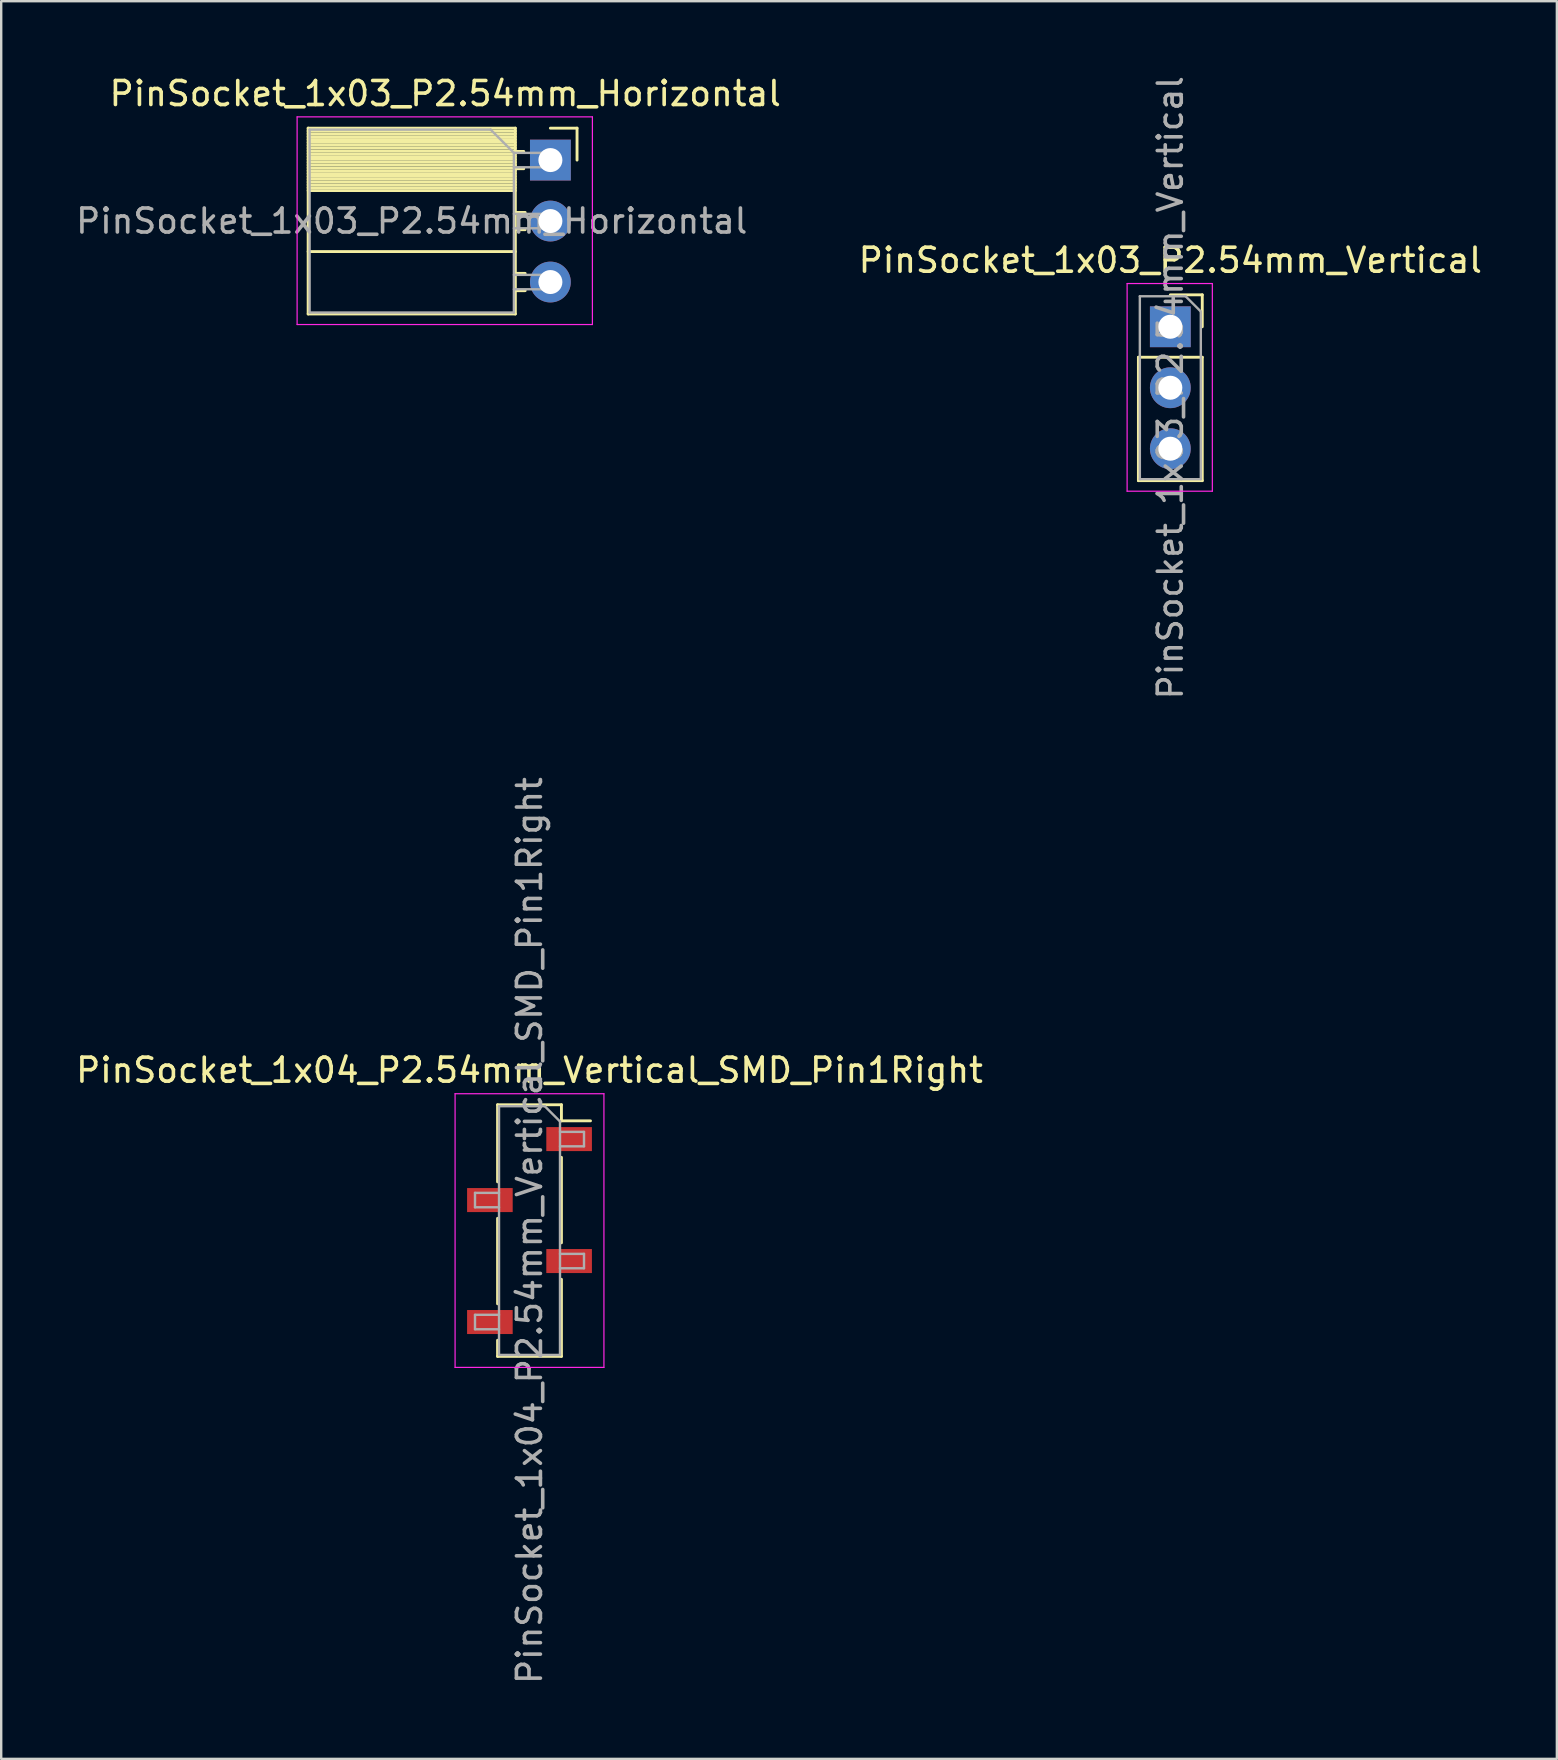
<source format=kicad_pcb>
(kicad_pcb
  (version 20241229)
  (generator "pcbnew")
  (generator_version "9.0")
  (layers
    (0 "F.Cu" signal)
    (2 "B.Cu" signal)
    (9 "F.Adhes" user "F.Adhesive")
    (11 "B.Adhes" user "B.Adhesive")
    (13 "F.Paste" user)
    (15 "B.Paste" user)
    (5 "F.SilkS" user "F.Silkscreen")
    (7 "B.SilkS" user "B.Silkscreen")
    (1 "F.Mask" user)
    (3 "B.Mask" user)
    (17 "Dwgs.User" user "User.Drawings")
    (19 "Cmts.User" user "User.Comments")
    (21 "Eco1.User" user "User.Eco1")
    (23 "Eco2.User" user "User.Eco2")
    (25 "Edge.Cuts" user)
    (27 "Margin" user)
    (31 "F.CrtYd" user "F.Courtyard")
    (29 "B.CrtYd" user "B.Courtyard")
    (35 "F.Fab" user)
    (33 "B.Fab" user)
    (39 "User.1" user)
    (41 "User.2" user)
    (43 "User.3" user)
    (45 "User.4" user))
  (footprint "PinSocket_1x04_P2.54mm_Vertical_SMD_Pin1Right"
    (layer "F.Cu")
    (at 19.006 48.208)
    (property "Reference" "PinSocket_1x04_P2.54mm_Vertical_SMD_Pin1Right" (at 0 -6.68 0) (layer "F.SilkS") (effects (font (size 1 1) (thickness 0.15))))
    (attr smd)
    (fp_line (start -1.33 -5.24) (end -1.33 -2.03) (stroke (width 0.12) (type solid)) (layer "F.SilkS"))
    (fp_line (start -1.33 -5.24) (end 1.33 -5.24) (stroke (width 0.12) (type solid)) (layer "F.SilkS"))
    (fp_line (start -1.33 -0.51) (end -1.33 3.05) (stroke (width 0.12) (type solid)) (layer "F.SilkS"))
    (fp_line (start -1.33 4.57) (end -1.33 5.24) (stroke (width 0.12) (type solid)) (layer "F.SilkS"))
    (fp_line (start -1.33 5.24) (end 1.33 5.24) (stroke (width 0.12) (type solid)) (layer "F.SilkS"))
    (fp_line (start 1.33 -5.24) (end 1.33 -4.57) (stroke (width 0.12) (type solid)) (layer "F.SilkS"))
    (fp_line (start 1.33 -4.57) (end 2.54 -4.57) (stroke (width 0.12) (type solid)) (layer "F.SilkS"))
    (fp_line (start 1.33 -3.05) (end 1.33 0.51) (stroke (width 0.12) (type solid)) (layer "F.SilkS"))
    (fp_line (start 1.33 2.03) (end 1.33 5.24) (stroke (width 0.12) (type solid)) (layer "F.SilkS"))
    (fp_line (start -3.1 -5.7) (end 3.1 -5.7) (stroke (width 0.05) (type solid)) (layer "F.CrtYd"))
    (fp_line (start -3.1 5.7) (end -3.1 -5.7) (stroke (width 0.05) (type solid)) (layer "F.CrtYd"))
    (fp_line (start 3.1 -5.7) (end 3.1 5.7) (stroke (width 0.05) (type solid)) (layer "F.CrtYd"))
    (fp_line (start 3.1 5.7) (end -3.1 5.7) (stroke (width 0.05) (type solid)) (layer "F.CrtYd"))
    (fp_line (start -2.27 -1.57) (end -1.27 -1.57) (stroke (width 0.1) (type solid)) (layer "F.Fab"))
    (fp_line (start -2.27 -0.97) (end -2.27 -1.57) (stroke (width 0.1) (type solid)) (layer "F.Fab"))
    (fp_line (start -2.27 3.51) (end -1.27 3.51) (stroke (width 0.1) (type solid)) (layer "F.Fab"))
    (fp_line (start -2.27 4.11) (end -2.27 3.51) (stroke (width 0.1) (type solid)) (layer "F.Fab"))
    (fp_line (start -1.27 -5.18) (end 0.635 -5.18) (stroke (width 0.1) (type solid)) (layer "F.Fab"))
    (fp_line (start -1.27 -0.97) (end -2.27 -0.97) (stroke (width 0.1) (type solid)) (layer "F.Fab"))
    (fp_line (start -1.27 4.11) (end -2.27 4.11) (stroke (width 0.1) (type solid)) (layer "F.Fab"))
    (fp_line (start -1.27 5.18) (end -1.27 -5.18) (stroke (width 0.1) (type solid)) (layer "F.Fab"))
    (fp_line (start 0.635 -5.18) (end 1.27 -4.545) (stroke (width 0.1) (type solid)) (layer "F.Fab"))
    (fp_line (start 1.27 -4.545) (end 1.27 5.18) (stroke (width 0.1) (type solid)) (layer "F.Fab"))
    (fp_line (start 1.27 -4.11) (end 2.27 -4.11) (stroke (width 0.1) (type solid)) (layer "F.Fab"))
    (fp_line (start 1.27 0.97) (end 2.27 0.97) (stroke (width 0.1) (type solid)) (layer "F.Fab"))
    (fp_line (start 1.27 5.18) (end -1.27 5.18) (stroke (width 0.1) (type solid)) (layer "F.Fab"))
    (fp_line (start 2.27 -4.11) (end 2.27 -3.51) (stroke (width 0.1) (type solid)) (layer "F.Fab"))
    (fp_line (start 2.27 -3.51) (end 1.27 -3.51) (stroke (width 0.1) (type solid)) (layer "F.Fab"))
    (fp_line (start 2.27 0.97) (end 2.27 1.57) (stroke (width 0.1) (type solid)) (layer "F.Fab"))
    (fp_line (start 2.27 1.57) (end 1.27 1.57) (stroke (width 0.1) (type solid)) (layer "F.Fab"))
    (fp_text user "${REFERENCE}" (at 0 0 90) (layer "F.Fab") (effects (font (size 1 1) (thickness 0.15))))
    (pad "1" smd rect (at 1.65 -3.81) (size 1.9 1) (layers "F.Cu" "F.Mask" "F.Paste"))
    (pad "2" smd rect (at -1.65 -1.27) (size 1.9 1) (layers "F.Cu" "F.Mask" "F.Paste"))
    (pad "3" smd rect (at 1.65 1.27) (size 1.9 1) (layers "F.Cu" "F.Mask" "F.Paste"))
    (pad "4" smd rect (at -1.65 3.81) (size 1.9 1) (layers "F.Cu" "F.Mask" "F.Paste")))
  (footprint "PinSocket_1x03_P2.54mm_Horizontal"
    (layer "F.Cu")
    (at 19.876 3.618)
    (property "Reference" "PinSocket_1x03_P2.54mm_Horizontal" (at -4.38 -2.77 0) (layer "F.SilkS") (effects (font (size 1 1) (thickness 0.15))))
    (attr through_hole)
    (fp_line (start -10.09 -1.33) (end -10.09 6.41) (stroke (width 0.12) (type solid)) (layer "F.SilkS"))
    (fp_line (start -10.09 -1.33) (end -1.46 -1.33) (stroke (width 0.12) (type solid)) (layer "F.SilkS"))
    (fp_line (start -10.09 -1.21) (end -1.46 -1.21) (stroke (width 0.12) (type solid)) (layer "F.SilkS"))
    (fp_line (start -10.09 -1.092) (end -1.46 -1.092) (stroke (width 0.12) (type solid)) (layer "F.SilkS"))
    (fp_line (start -10.09 -0.974) (end -1.46 -0.974) (stroke (width 0.12) (type solid)) (layer "F.SilkS"))
    (fp_line (start -10.09 -0.856) (end -1.46 -0.856) (stroke (width 0.12) (type solid)) (layer "F.SilkS"))
    (fp_line (start -10.09 -0.738) (end -1.46 -0.738) (stroke (width 0.12) (type solid)) (layer "F.SilkS"))
    (fp_line (start -10.09 -0.62) (end -1.46 -0.62) (stroke (width 0.12) (type solid)) (layer "F.SilkS"))
    (fp_line (start -10.09 -0.501) (end -1.46 -0.501) (stroke (width 0.12) (type solid)) (layer "F.SilkS"))
    (fp_line (start -10.09 -0.383) (end -1.46 -0.383) (stroke (width 0.12) (type solid)) (layer "F.SilkS"))
    (fp_line (start -10.09 -0.265) (end -1.46 -0.265) (stroke (width 0.12) (type solid)) (layer "F.SilkS"))
    (fp_line (start -10.09 -0.147) (end -1.46 -0.147) (stroke (width 0.12) (type solid)) (layer "F.SilkS"))
    (fp_line (start -10.09 -0.029) (end -1.46 -0.029) (stroke (width 0.12) (type solid)) (layer "F.SilkS"))
    (fp_line (start -10.09 0.089) (end -1.46 0.089) (stroke (width 0.12) (type solid)) (layer "F.SilkS"))
    (fp_line (start -10.09 0.207) (end -1.46 0.207) (stroke (width 0.12) (type solid)) (layer "F.SilkS"))
    (fp_line (start -10.09 0.325) (end -1.46 0.325) (stroke (width 0.12) (type solid)) (layer "F.SilkS"))
    (fp_line (start -10.09 0.443) (end -1.46 0.443) (stroke (width 0.12) (type solid)) (layer "F.SilkS"))
    (fp_line (start -10.09 0.561) (end -1.46 0.561) (stroke (width 0.12) (type solid)) (layer "F.SilkS"))
    (fp_line (start -10.09 0.68) (end -1.46 0.68) (stroke (width 0.12) (type solid)) (layer "F.SilkS"))
    (fp_line (start -10.09 0.798) (end -1.46 0.798) (stroke (width 0.12) (type solid)) (layer "F.SilkS"))
    (fp_line (start -10.09 0.916) (end -1.46 0.916) (stroke (width 0.12) (type solid)) (layer "F.SilkS"))
    (fp_line (start -10.09 1.034) (end -1.46 1.034) (stroke (width 0.12) (type solid)) (layer "F.SilkS"))
    (fp_line (start -10.09 1.152) (end -1.46 1.152) (stroke (width 0.12) (type solid)) (layer "F.SilkS"))
    (fp_line (start -10.09 1.27) (end -1.46 1.27) (stroke (width 0.12) (type solid)) (layer "F.SilkS"))
    (fp_line (start -10.09 3.81) (end -1.46 3.81) (stroke (width 0.12) (type solid)) (layer "F.SilkS"))
    (fp_line (start -10.09 6.41) (end -1.46 6.41) (stroke (width 0.12) (type solid)) (layer "F.SilkS"))
    (fp_line (start -1.46 -1.33) (end -1.46 6.41) (stroke (width 0.12) (type solid)) (layer "F.SilkS"))
    (fp_line (start -1.46 -0.36) (end -1.11 -0.36) (stroke (width 0.12) (type solid)) (layer "F.SilkS"))
    (fp_line (start -1.46 0.36) (end -1.11 0.36) (stroke (width 0.12) (type solid)) (layer "F.SilkS"))
    (fp_line (start -1.46 2.18) (end -1.05 2.18) (stroke (width 0.12) (type solid)) (layer "F.SilkS"))
    (fp_line (start -1.46 2.9) (end -1.05 2.9) (stroke (width 0.12) (type solid)) (layer "F.SilkS"))
    (fp_line (start -1.46 4.72) (end -1.05 4.72) (stroke (width 0.12) (type solid)) (layer "F.SilkS"))
    (fp_line (start -1.46 5.44) (end -1.05 5.44) (stroke (width 0.12) (type solid)) (layer "F.SilkS"))
    (fp_line (start 0 -1.33) (end 1.11 -1.33) (stroke (width 0.12) (type solid)) (layer "F.SilkS"))
    (fp_line (start 1.11 -1.33) (end 1.11 0) (stroke (width 0.12) (type solid)) (layer "F.SilkS"))
    (fp_line (start -10.55 -1.8) (end -10.55 6.85) (stroke (width 0.05) (type solid)) (layer "F.CrtYd"))
    (fp_line (start -10.55 6.85) (end 1.75 6.85) (stroke (width 0.05) (type solid)) (layer "F.CrtYd"))
    (fp_line (start 1.75 -1.8) (end -10.55 -1.8) (stroke (width 0.05) (type solid)) (layer "F.CrtYd"))
    (fp_line (start 1.75 6.85) (end 1.75 -1.8) (stroke (width 0.05) (type solid)) (layer "F.CrtYd"))
    (fp_line (start -10.03 -1.27) (end -2.49 -1.27) (stroke (width 0.1) (type solid)) (layer "F.Fab"))
    (fp_line (start -10.03 6.35) (end -10.03 -1.27) (stroke (width 0.1) (type solid)) (layer "F.Fab"))
    (fp_line (start -2.49 -1.27) (end -1.52 -0.3) (stroke (width 0.1) (type solid)) (layer "F.Fab"))
    (fp_line (start -1.52 -0.3) (end -1.52 6.35) (stroke (width 0.1) (type solid)) (layer "F.Fab"))
    (fp_line (start -1.52 0.3) (end 0 0.3) (stroke (width 0.1) (type solid)) (layer "F.Fab"))
    (fp_line (start -1.52 2.84) (end 0 2.84) (stroke (width 0.1) (type solid)) (layer "F.Fab"))
    (fp_line (start -1.52 5.38) (end 0 5.38) (stroke (width 0.1) (type solid)) (layer "F.Fab"))
    (fp_line (start -1.52 6.35) (end -10.03 6.35) (stroke (width 0.1) (type solid)) (layer "F.Fab"))
    (fp_line (start 0 -0.3) (end -1.52 -0.3) (stroke (width 0.1) (type solid)) (layer "F.Fab"))
    (fp_line (start 0 0.3) (end 0 -0.3) (stroke (width 0.1) (type solid)) (layer "F.Fab"))
    (fp_line (start 0 2.24) (end -1.52 2.24) (stroke (width 0.1) (type solid)) (layer "F.Fab"))
    (fp_line (start 0 2.84) (end 0 2.24) (stroke (width 0.1) (type solid)) (layer "F.Fab"))
    (fp_line (start 0 4.78) (end -1.52 4.78) (stroke (width 0.1) (type solid)) (layer "F.Fab"))
    (fp_line (start 0 5.38) (end 0 4.78) (stroke (width 0.1) (type solid)) (layer "F.Fab"))
    (fp_text user "${REFERENCE}" (at -5.775 2.54 0) (layer "F.Fab") (effects (font (size 1 1) (thickness 0.15))))
    (pad "1" thru_hole rect (at 0 0) (size 1.7 1.7) (drill 1) (layers "*.Cu" "*.Mask"))
    (pad "2" thru_hole oval (at 0 2.54) (size 1.7 1.7) (drill 1) (layers "*.Cu" "*.Mask"))
    (pad "3" thru_hole oval (at 0 5.08) (size 1.7 1.7) (drill 1) (layers "*.Cu" "*.Mask")))
  (footprint "PinSocket_1x03_P2.54mm_Vertical"
    (layer "F.Cu")
    (at 45.699 10.561)
    (property "Reference" "PinSocket_1x03_P2.54mm_Vertical" (at 0 -2.77 0) (layer "F.SilkS") (effects (font (size 1 1) (thickness 0.15))))
    (attr through_hole)
    (fp_line (start -1.33 1.27) (end -1.33 6.41) (stroke (width 0.12) (type solid)) (layer "F.SilkS"))
    (fp_line (start -1.33 1.27) (end 1.33 1.27) (stroke (width 0.12) (type solid)) (layer "F.SilkS"))
    (fp_line (start -1.33 6.41) (end 1.33 6.41) (stroke (width 0.12) (type solid)) (layer "F.SilkS"))
    (fp_line (start 0 -1.33) (end 1.33 -1.33) (stroke (width 0.12) (type solid)) (layer "F.SilkS"))
    (fp_line (start 1.33 -1.33) (end 1.33 0) (stroke (width 0.12) (type solid)) (layer "F.SilkS"))
    (fp_line (start 1.33 1.27) (end 1.33 6.41) (stroke (width 0.12) (type solid)) (layer "F.SilkS"))
    (fp_line (start -1.8 -1.8) (end 1.75 -1.8) (stroke (width 0.05) (type solid)) (layer "F.CrtYd"))
    (fp_line (start -1.8 6.85) (end -1.8 -1.8) (stroke (width 0.05) (type solid)) (layer "F.CrtYd"))
    (fp_line (start 1.75 -1.8) (end 1.75 6.85) (stroke (width 0.05) (type solid)) (layer "F.CrtYd"))
    (fp_line (start 1.75 6.85) (end -1.8 6.85) (stroke (width 0.05) (type solid)) (layer "F.CrtYd"))
    (fp_line (start -1.27 -1.27) (end 0.635 -1.27) (stroke (width 0.1) (type solid)) (layer "F.Fab"))
    (fp_line (start -1.27 6.35) (end -1.27 -1.27) (stroke (width 0.1) (type solid)) (layer "F.Fab"))
    (fp_line (start 0.635 -1.27) (end 1.27 -0.635) (stroke (width 0.1) (type solid)) (layer "F.Fab"))
    (fp_line (start 1.27 -0.635) (end 1.27 6.35) (stroke (width 0.1) (type solid)) (layer "F.Fab"))
    (fp_line (start 1.27 6.35) (end -1.27 6.35) (stroke (width 0.1) (type solid)) (layer "F.Fab"))
    (fp_text user "${REFERENCE}" (at 0 2.54 90) (layer "F.Fab") (effects (font (size 1 1) (thickness 0.15))))
    (pad "1" thru_hole rect (at 0 0) (size 1.7 1.7) (drill 1) (layers "*.Cu" "*.Mask"))
    (pad "2" thru_hole oval (at 0 2.54) (size 1.7 1.7) (drill 1) (layers "*.Cu" "*.Mask"))
    (pad "3" thru_hole oval (at 0 5.08) (size 1.7 1.7) (drill 1) (layers "*.Cu" "*.Mask")))
  (gr_rect
    (start -3 -3)
    (end 61.8 70.214)
    (stroke (width 0.1) (type default))
    (fill no)
    (layer "Edge.Cuts")))
</source>
